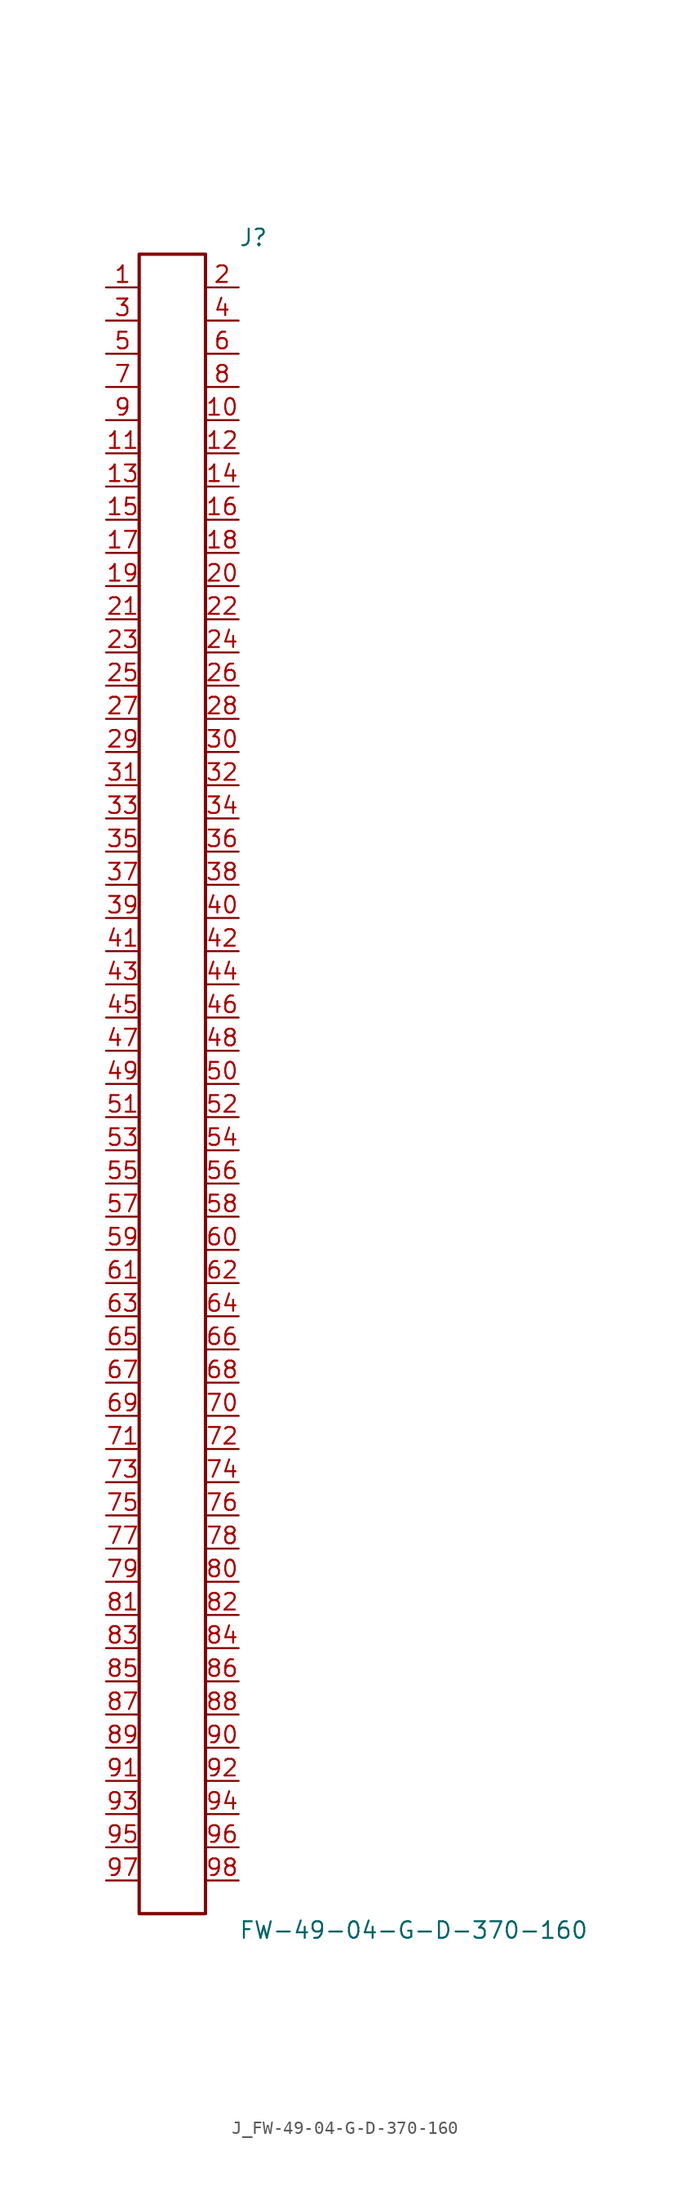
<source format=kicad_sym>
(kicad_symbol_lib
  (version 20231120)
  (generator kicad_symbol_editor)
  (generator_version 8.0)
  (symbol "J_FW-49-04-G-D-370-160"
    (pin_names
      (offset 0.254))
    (property "Reference" "J"
      (at 5.08 64.77 0)
      (effects (font (size 1.27 1.27)) (justify left)))
    (property "Value" "FW-49-04-G-D-370-160"
      (at 5.08 -64.77 0)
      (effects (font (size 1.27 1.27)) (justify left)))
    (symbol "J_FW-49-04-G-D-370-160_0_0"
      (pin unspecified line (at -5.08 60.96 0) (length 2.54) (name "" (effects (font (size 1.27 1.27)))) (number "1" (effects (font (size 1.27 1.27)))))
      (pin unspecified line (at 5.08 60.96 180) (length 2.54) (name "" (effects (font (size 1.27 1.27)))) (number "2" (effects (font (size 1.27 1.27)))))
      (pin unspecified line (at -5.08 58.42 0) (length 2.54) (name "" (effects (font (size 1.27 1.27)))) (number "3" (effects (font (size 1.27 1.27)))))
      (pin unspecified line (at 5.08 58.42 180) (length 2.54) (name "" (effects (font (size 1.27 1.27)))) (number "4" (effects (font (size 1.27 1.27)))))
      (pin unspecified line (at -5.08 55.88 0) (length 2.54) (name "" (effects (font (size 1.27 1.27)))) (number "5" (effects (font (size 1.27 1.27)))))
      (pin unspecified line (at 5.08 55.88 180) (length 2.54) (name "" (effects (font (size 1.27 1.27)))) (number "6" (effects (font (size 1.27 1.27)))))
      (pin unspecified line (at -5.08 53.34 0) (length 2.54) (name "" (effects (font (size 1.27 1.27)))) (number "7" (effects (font (size 1.27 1.27)))))
      (pin unspecified line (at 5.08 53.34 180) (length 2.54) (name "" (effects (font (size 1.27 1.27)))) (number "8" (effects (font (size 1.27 1.27)))))
      (pin unspecified line (at -5.08 50.8 0) (length 2.54) (name "" (effects (font (size 1.27 1.27)))) (number "9" (effects (font (size 1.27 1.27)))))
      (pin unspecified line (at 5.08 50.8 180) (length 2.54) (name "" (effects (font (size 1.27 1.27)))) (number "10" (effects (font (size 1.27 1.27)))))
      (pin unspecified line (at -5.08 48.26 0) (length 2.54) (name "" (effects (font (size 1.27 1.27)))) (number "11" (effects (font (size 1.27 1.27)))))
      (pin unspecified line (at 5.08 48.26 180) (length 2.54) (name "" (effects (font (size 1.27 1.27)))) (number "12" (effects (font (size 1.27 1.27)))))
      (pin unspecified line (at -5.08 45.72 0) (length 2.54) (name "" (effects (font (size 1.27 1.27)))) (number "13" (effects (font (size 1.27 1.27)))))
      (pin unspecified line (at 5.08 45.72 180) (length 2.54) (name "" (effects (font (size 1.27 1.27)))) (number "14" (effects (font (size 1.27 1.27)))))
      (pin unspecified line (at -5.08 43.18 0) (length 2.54) (name "" (effects (font (size 1.27 1.27)))) (number "15" (effects (font (size 1.27 1.27)))))
      (pin unspecified line (at 5.08 43.18 180) (length 2.54) (name "" (effects (font (size 1.27 1.27)))) (number "16" (effects (font (size 1.27 1.27)))))
      (pin unspecified line (at -5.08 40.64 0) (length 2.54) (name "" (effects (font (size 1.27 1.27)))) (number "17" (effects (font (size 1.27 1.27)))))
      (pin unspecified line (at 5.08 40.64 180) (length 2.54) (name "" (effects (font (size 1.27 1.27)))) (number "18" (effects (font (size 1.27 1.27)))))
      (pin unspecified line (at -5.08 38.1 0) (length 2.54) (name "" (effects (font (size 1.27 1.27)))) (number "19" (effects (font (size 1.27 1.27)))))
      (pin unspecified line (at 5.08 38.1 180) (length 2.54) (name "" (effects (font (size 1.27 1.27)))) (number "20" (effects (font (size 1.27 1.27)))))
      (pin unspecified line (at -5.08 35.56 0) (length 2.54) (name "" (effects (font (size 1.27 1.27)))) (number "21" (effects (font (size 1.27 1.27)))))
      (pin unspecified line (at 5.08 35.56 180) (length 2.54) (name "" (effects (font (size 1.27 1.27)))) (number "22" (effects (font (size 1.27 1.27)))))
      (pin unspecified line (at -5.08 33.02 0) (length 2.54) (name "" (effects (font (size 1.27 1.27)))) (number "23" (effects (font (size 1.27 1.27)))))
      (pin unspecified line (at 5.08 33.02 180) (length 2.54) (name "" (effects (font (size 1.27 1.27)))) (number "24" (effects (font (size 1.27 1.27)))))
      (pin unspecified line (at -5.08 30.48 0) (length 2.54) (name "" (effects (font (size 1.27 1.27)))) (number "25" (effects (font (size 1.27 1.27)))))
      (pin unspecified line (at 5.08 30.48 180) (length 2.54) (name "" (effects (font (size 1.27 1.27)))) (number "26" (effects (font (size 1.27 1.27)))))
      (pin unspecified line (at -5.08 27.94 0) (length 2.54) (name "" (effects (font (size 1.27 1.27)))) (number "27" (effects (font (size 1.27 1.27)))))
      (pin unspecified line (at 5.08 27.94 180) (length 2.54) (name "" (effects (font (size 1.27 1.27)))) (number "28" (effects (font (size 1.27 1.27)))))
      (pin unspecified line (at -5.08 25.4 0) (length 2.54) (name "" (effects (font (size 1.27 1.27)))) (number "29" (effects (font (size 1.27 1.27)))))
      (pin unspecified line (at 5.08 25.4 180) (length 2.54) (name "" (effects (font (size 1.27 1.27)))) (number "30" (effects (font (size 1.27 1.27)))))
      (pin unspecified line (at -5.08 22.86 0) (length 2.54) (name "" (effects (font (size 1.27 1.27)))) (number "31" (effects (font (size 1.27 1.27)))))
      (pin unspecified line (at 5.08 22.86 180) (length 2.54) (name "" (effects (font (size 1.27 1.27)))) (number "32" (effects (font (size 1.27 1.27)))))
      (pin unspecified line (at -5.08 20.32 0) (length 2.54) (name "" (effects (font (size 1.27 1.27)))) (number "33" (effects (font (size 1.27 1.27)))))
      (pin unspecified line (at 5.08 20.32 180) (length 2.54) (name "" (effects (font (size 1.27 1.27)))) (number "34" (effects (font (size 1.27 1.27)))))
      (pin unspecified line (at -5.08 17.78 0) (length 2.54) (name "" (effects (font (size 1.27 1.27)))) (number "35" (effects (font (size 1.27 1.27)))))
      (pin unspecified line (at 5.08 17.78 180) (length 2.54) (name "" (effects (font (size 1.27 1.27)))) (number "36" (effects (font (size 1.27 1.27)))))
      (pin unspecified line (at -5.08 15.24 0) (length 2.54) (name "" (effects (font (size 1.27 1.27)))) (number "37" (effects (font (size 1.27 1.27)))))
      (pin unspecified line (at 5.08 15.24 180) (length 2.54) (name "" (effects (font (size 1.27 1.27)))) (number "38" (effects (font (size 1.27 1.27)))))
      (pin unspecified line (at -5.08 12.7 0) (length 2.54) (name "" (effects (font (size 1.27 1.27)))) (number "39" (effects (font (size 1.27 1.27)))))
      (pin unspecified line (at 5.08 12.7 180) (length 2.54) (name "" (effects (font (size 1.27 1.27)))) (number "40" (effects (font (size 1.27 1.27)))))
      (pin unspecified line (at -5.08 10.16 0) (length 2.54) (name "" (effects (font (size 1.27 1.27)))) (number "41" (effects (font (size 1.27 1.27)))))
      (pin unspecified line (at 5.08 10.16 180) (length 2.54) (name "" (effects (font (size 1.27 1.27)))) (number "42" (effects (font (size 1.27 1.27)))))
      (pin unspecified line (at -5.08 7.62 0) (length 2.54) (name "" (effects (font (size 1.27 1.27)))) (number "43" (effects (font (size 1.27 1.27)))))
      (pin unspecified line (at 5.08 7.62 180) (length 2.54) (name "" (effects (font (size 1.27 1.27)))) (number "44" (effects (font (size 1.27 1.27)))))
      (pin unspecified line (at -5.08 5.08 0) (length 2.54) (name "" (effects (font (size 1.27 1.27)))) (number "45" (effects (font (size 1.27 1.27)))))
      (pin unspecified line (at 5.08 5.08 180) (length 2.54) (name "" (effects (font (size 1.27 1.27)))) (number "46" (effects (font (size 1.27 1.27)))))
      (pin unspecified line (at -5.08 2.54 0) (length 2.54) (name "" (effects (font (size 1.27 1.27)))) (number "47" (effects (font (size 1.27 1.27)))))
      (pin unspecified line (at 5.08 2.54 180) (length 2.54) (name "" (effects (font (size 1.27 1.27)))) (number "48" (effects (font (size 1.27 1.27)))))
      (pin unspecified line (at -5.08 0.0 0) (length 2.54) (name "" (effects (font (size 1.27 1.27)))) (number "49" (effects (font (size 1.27 1.27)))))
      (pin unspecified line (at 5.08 0.0 180) (length 2.54) (name "" (effects (font (size 1.27 1.27)))) (number "50" (effects (font (size 1.27 1.27)))))
      (pin unspecified line (at -5.08 -2.54 0) (length 2.54) (name "" (effects (font (size 1.27 1.27)))) (number "51" (effects (font (size 1.27 1.27)))))
      (pin unspecified line (at 5.08 -2.54 180) (length 2.54) (name "" (effects (font (size 1.27 1.27)))) (number "52" (effects (font (size 1.27 1.27)))))
      (pin unspecified line (at -5.08 -5.08 0) (length 2.54) (name "" (effects (font (size 1.27 1.27)))) (number "53" (effects (font (size 1.27 1.27)))))
      (pin unspecified line (at 5.08 -5.08 180) (length 2.54) (name "" (effects (font (size 1.27 1.27)))) (number "54" (effects (font (size 1.27 1.27)))))
      (pin unspecified line (at -5.08 -7.62 0) (length 2.54) (name "" (effects (font (size 1.27 1.27)))) (number "55" (effects (font (size 1.27 1.27)))))
      (pin unspecified line (at 5.08 -7.62 180) (length 2.54) (name "" (effects (font (size 1.27 1.27)))) (number "56" (effects (font (size 1.27 1.27)))))
      (pin unspecified line (at -5.08 -10.16 0) (length 2.54) (name "" (effects (font (size 1.27 1.27)))) (number "57" (effects (font (size 1.27 1.27)))))
      (pin unspecified line (at 5.08 -10.16 180) (length 2.54) (name "" (effects (font (size 1.27 1.27)))) (number "58" (effects (font (size 1.27 1.27)))))
      (pin unspecified line (at -5.08 -12.7 0) (length 2.54) (name "" (effects (font (size 1.27 1.27)))) (number "59" (effects (font (size 1.27 1.27)))))
      (pin unspecified line (at 5.08 -12.7 180) (length 2.54) (name "" (effects (font (size 1.27 1.27)))) (number "60" (effects (font (size 1.27 1.27)))))
      (pin unspecified line (at -5.08 -15.24 0) (length 2.54) (name "" (effects (font (size 1.27 1.27)))) (number "61" (effects (font (size 1.27 1.27)))))
      (pin unspecified line (at 5.08 -15.24 180) (length 2.54) (name "" (effects (font (size 1.27 1.27)))) (number "62" (effects (font (size 1.27 1.27)))))
      (pin unspecified line (at -5.08 -17.78 0) (length 2.54) (name "" (effects (font (size 1.27 1.27)))) (number "63" (effects (font (size 1.27 1.27)))))
      (pin unspecified line (at 5.08 -17.78 180) (length 2.54) (name "" (effects (font (size 1.27 1.27)))) (number "64" (effects (font (size 1.27 1.27)))))
      (pin unspecified line (at -5.08 -20.32 0) (length 2.54) (name "" (effects (font (size 1.27 1.27)))) (number "65" (effects (font (size 1.27 1.27)))))
      (pin unspecified line (at 5.08 -20.32 180) (length 2.54) (name "" (effects (font (size 1.27 1.27)))) (number "66" (effects (font (size 1.27 1.27)))))
      (pin unspecified line (at -5.08 -22.86 0) (length 2.54) (name "" (effects (font (size 1.27 1.27)))) (number "67" (effects (font (size 1.27 1.27)))))
      (pin unspecified line (at 5.08 -22.86 180) (length 2.54) (name "" (effects (font (size 1.27 1.27)))) (number "68" (effects (font (size 1.27 1.27)))))
      (pin unspecified line (at -5.08 -25.4 0) (length 2.54) (name "" (effects (font (size 1.27 1.27)))) (number "69" (effects (font (size 1.27 1.27)))))
      (pin unspecified line (at 5.08 -25.4 180) (length 2.54) (name "" (effects (font (size 1.27 1.27)))) (number "70" (effects (font (size 1.27 1.27)))))
      (pin unspecified line (at -5.08 -27.94 0) (length 2.54) (name "" (effects (font (size 1.27 1.27)))) (number "71" (effects (font (size 1.27 1.27)))))
      (pin unspecified line (at 5.08 -27.94 180) (length 2.54) (name "" (effects (font (size 1.27 1.27)))) (number "72" (effects (font (size 1.27 1.27)))))
      (pin unspecified line (at -5.08 -30.48 0) (length 2.54) (name "" (effects (font (size 1.27 1.27)))) (number "73" (effects (font (size 1.27 1.27)))))
      (pin unspecified line (at 5.08 -30.48 180) (length 2.54) (name "" (effects (font (size 1.27 1.27)))) (number "74" (effects (font (size 1.27 1.27)))))
      (pin unspecified line (at -5.08 -33.02 0) (length 2.54) (name "" (effects (font (size 1.27 1.27)))) (number "75" (effects (font (size 1.27 1.27)))))
      (pin unspecified line (at 5.08 -33.02 180) (length 2.54) (name "" (effects (font (size 1.27 1.27)))) (number "76" (effects (font (size 1.27 1.27)))))
      (pin unspecified line (at -5.08 -35.56 0) (length 2.54) (name "" (effects (font (size 1.27 1.27)))) (number "77" (effects (font (size 1.27 1.27)))))
      (pin unspecified line (at 5.08 -35.56 180) (length 2.54) (name "" (effects (font (size 1.27 1.27)))) (number "78" (effects (font (size 1.27 1.27)))))
      (pin unspecified line (at -5.08 -38.1 0) (length 2.54) (name "" (effects (font (size 1.27 1.27)))) (number "79" (effects (font (size 1.27 1.27)))))
      (pin unspecified line (at 5.08 -38.1 180) (length 2.54) (name "" (effects (font (size 1.27 1.27)))) (number "80" (effects (font (size 1.27 1.27)))))
      (pin unspecified line (at -5.08 -40.64 0) (length 2.54) (name "" (effects (font (size 1.27 1.27)))) (number "81" (effects (font (size 1.27 1.27)))))
      (pin unspecified line (at 5.08 -40.64 180) (length 2.54) (name "" (effects (font (size 1.27 1.27)))) (number "82" (effects (font (size 1.27 1.27)))))
      (pin unspecified line (at -5.08 -43.18 0) (length 2.54) (name "" (effects (font (size 1.27 1.27)))) (number "83" (effects (font (size 1.27 1.27)))))
      (pin unspecified line (at 5.08 -43.18 180) (length 2.54) (name "" (effects (font (size 1.27 1.27)))) (number "84" (effects (font (size 1.27 1.27)))))
      (pin unspecified line (at -5.08 -45.72 0) (length 2.54) (name "" (effects (font (size 1.27 1.27)))) (number "85" (effects (font (size 1.27 1.27)))))
      (pin unspecified line (at 5.08 -45.72 180) (length 2.54) (name "" (effects (font (size 1.27 1.27)))) (number "86" (effects (font (size 1.27 1.27)))))
      (pin unspecified line (at -5.08 -48.26 0) (length 2.54) (name "" (effects (font (size 1.27 1.27)))) (number "87" (effects (font (size 1.27 1.27)))))
      (pin unspecified line (at 5.08 -48.26 180) (length 2.54) (name "" (effects (font (size 1.27 1.27)))) (number "88" (effects (font (size 1.27 1.27)))))
      (pin unspecified line (at -5.08 -50.8 0) (length 2.54) (name "" (effects (font (size 1.27 1.27)))) (number "89" (effects (font (size 1.27 1.27)))))
      (pin unspecified line (at 5.08 -50.8 180) (length 2.54) (name "" (effects (font (size 1.27 1.27)))) (number "90" (effects (font (size 1.27 1.27)))))
      (pin unspecified line (at -5.08 -53.34 0) (length 2.54) (name "" (effects (font (size 1.27 1.27)))) (number "91" (effects (font (size 1.27 1.27)))))
      (pin unspecified line (at 5.08 -53.34 180) (length 2.54) (name "" (effects (font (size 1.27 1.27)))) (number "92" (effects (font (size 1.27 1.27)))))
      (pin unspecified line (at -5.08 -55.88 0) (length 2.54) (name "" (effects (font (size 1.27 1.27)))) (number "93" (effects (font (size 1.27 1.27)))))
      (pin unspecified line (at 5.08 -55.88 180) (length 2.54) (name "" (effects (font (size 1.27 1.27)))) (number "94" (effects (font (size 1.27 1.27)))))
      (pin unspecified line (at -5.08 -58.42 0) (length 2.54) (name "" (effects (font (size 1.27 1.27)))) (number "95" (effects (font (size 1.27 1.27)))))
      (pin unspecified line (at 5.08 -58.42 180) (length 2.54) (name "" (effects (font (size 1.27 1.27)))) (number "96" (effects (font (size 1.27 1.27)))))
      (pin unspecified line (at -5.08 -60.96 0) (length 2.54) (name "" (effects (font (size 1.27 1.27)))) (number "97" (effects (font (size 1.27 1.27)))))
      (pin unspecified line (at 5.08 -60.96 180) (length 2.54) (name "" (effects (font (size 1.27 1.27)))) (number "98" (effects (font (size 1.27 1.27))))))
    (symbol "J_FW-49-04-G-D-370-160_1_0"
      (rectangle (start -2.54 63.5) (end 2.54 -63.5) (stroke (width 0.254) (type solid)) (fill (type none))))))
</source>
